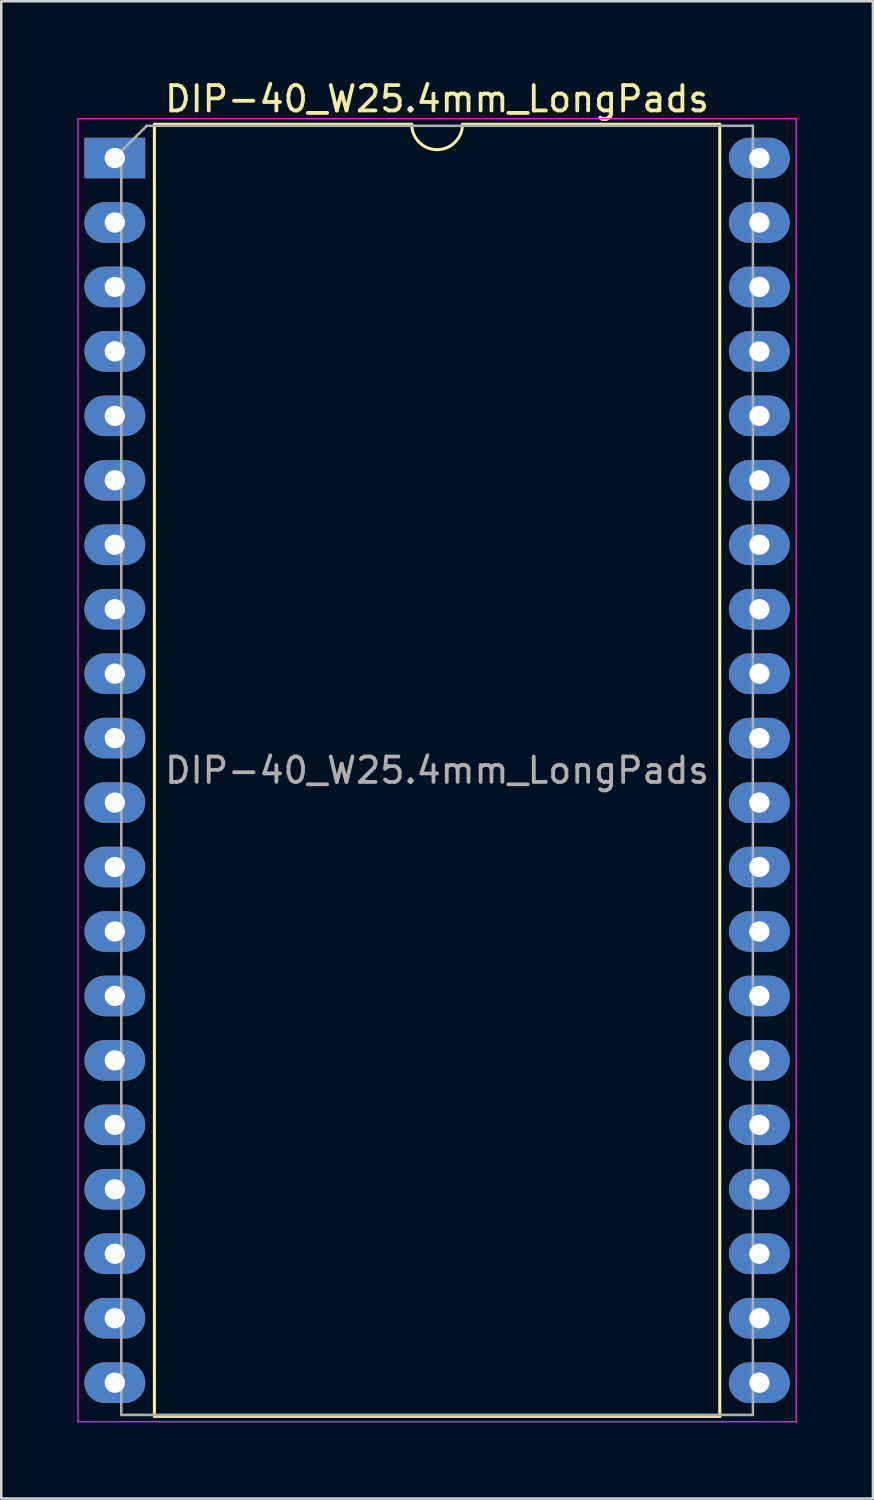
<source format=kicad_pcb>
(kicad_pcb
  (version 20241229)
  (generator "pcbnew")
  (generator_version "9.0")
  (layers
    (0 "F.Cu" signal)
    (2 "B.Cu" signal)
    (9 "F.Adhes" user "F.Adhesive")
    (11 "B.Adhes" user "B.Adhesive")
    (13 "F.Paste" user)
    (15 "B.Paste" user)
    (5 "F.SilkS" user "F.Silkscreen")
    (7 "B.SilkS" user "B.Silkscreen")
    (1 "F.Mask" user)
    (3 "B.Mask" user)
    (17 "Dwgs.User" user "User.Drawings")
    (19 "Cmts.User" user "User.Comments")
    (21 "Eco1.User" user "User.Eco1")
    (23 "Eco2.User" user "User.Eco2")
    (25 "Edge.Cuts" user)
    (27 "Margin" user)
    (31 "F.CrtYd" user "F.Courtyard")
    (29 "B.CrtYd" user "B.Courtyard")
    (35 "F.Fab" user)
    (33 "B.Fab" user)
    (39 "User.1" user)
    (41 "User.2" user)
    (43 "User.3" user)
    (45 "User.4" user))
  (footprint "DIP-40_W25.4mm_LongPads"
    (layer "F.Cu")
    (at 1.475 3.178)
    (property "Reference" "DIP-40_W25.4mm_LongPads" (at 12.7 -2.33 0) (layer "F.SilkS") (effects (font (size 1 1) (thickness 0.15))))
    (attr through_hole)
    (fp_line (start 1.56 -1.33) (end 1.56 49.59) (stroke (width 0.12) (type solid)) (layer "F.SilkS"))
    (fp_line (start 1.56 49.59) (end 23.84 49.59) (stroke (width 0.12) (type solid)) (layer "F.SilkS"))
    (fp_line (start 11.7 -1.33) (end 1.56 -1.33) (stroke (width 0.12) (type solid)) (layer "F.SilkS"))
    (fp_line (start 23.84 -1.33) (end 13.7 -1.33) (stroke (width 0.12) (type solid)) (layer "F.SilkS"))
    (fp_line (start 23.84 49.59) (end 23.84 -1.33) (stroke (width 0.12) (type solid)) (layer "F.SilkS"))
    (fp_arc (start 13.7 -1.33) (mid 12.7 -0.33) (end 11.7 -1.33) (stroke (width 0.12) (type solid)) (layer "F.SilkS"))
    (fp_line (start -1.45 -1.55) (end -1.45 49.8) (stroke (width 0.05) (type solid)) (layer "F.CrtYd"))
    (fp_line (start -1.45 49.8) (end 26.85 49.8) (stroke (width 0.05) (type solid)) (layer "F.CrtYd"))
    (fp_line (start 26.85 -1.55) (end -1.45 -1.55) (stroke (width 0.05) (type solid)) (layer "F.CrtYd"))
    (fp_line (start 26.85 49.8) (end 26.85 -1.55) (stroke (width 0.05) (type solid)) (layer "F.CrtYd"))
    (fp_line (start 0.255 -0.27) (end 1.255 -1.27) (stroke (width 0.1) (type solid)) (layer "F.Fab"))
    (fp_line (start 0.255 49.53) (end 0.255 -0.27) (stroke (width 0.1) (type solid)) (layer "F.Fab"))
    (fp_line (start 1.255 -1.27) (end 25.145 -1.27) (stroke (width 0.1) (type solid)) (layer "F.Fab"))
    (fp_line (start 25.145 -1.27) (end 25.145 49.53) (stroke (width 0.1) (type solid)) (layer "F.Fab"))
    (fp_line (start 25.145 49.53) (end 0.255 49.53) (stroke (width 0.1) (type solid)) (layer "F.Fab"))
    (fp_text user "${REFERENCE}" (at 12.7 24.13 0) (layer "F.Fab") (effects (font (size 1 1) (thickness 0.15))))
    (pad "1" thru_hole rect (at 0 0) (size 2.4 1.6) (drill 0.8) (layers "*.Cu" "*.Mask"))
    (pad "2" thru_hole oval (at 0 2.54) (size 2.4 1.6) (drill 0.8) (layers "*.Cu" "*.Mask"))
    (pad "3" thru_hole oval (at 0 5.08) (size 2.4 1.6) (drill 0.8) (layers "*.Cu" "*.Mask"))
    (pad "4" thru_hole oval (at 0 7.62) (size 2.4 1.6) (drill 0.8) (layers "*.Cu" "*.Mask"))
    (pad "5" thru_hole oval (at 0 10.16) (size 2.4 1.6) (drill 0.8) (layers "*.Cu" "*.Mask"))
    (pad "6" thru_hole oval (at 0 12.7) (size 2.4 1.6) (drill 0.8) (layers "*.Cu" "*.Mask"))
    (pad "7" thru_hole oval (at 0 15.24) (size 2.4 1.6) (drill 0.8) (layers "*.Cu" "*.Mask"))
    (pad "8" thru_hole oval (at 0 17.78) (size 2.4 1.6) (drill 0.8) (layers "*.Cu" "*.Mask"))
    (pad "9" thru_hole oval (at 0 20.32) (size 2.4 1.6) (drill 0.8) (layers "*.Cu" "*.Mask"))
    (pad "10" thru_hole oval (at 0 22.86) (size 2.4 1.6) (drill 0.8) (layers "*.Cu" "*.Mask"))
    (pad "11" thru_hole oval (at 0 25.4) (size 2.4 1.6) (drill 0.8) (layers "*.Cu" "*.Mask"))
    (pad "12" thru_hole oval (at 0 27.94) (size 2.4 1.6) (drill 0.8) (layers "*.Cu" "*.Mask"))
    (pad "13" thru_hole oval (at 0 30.48) (size 2.4 1.6) (drill 0.8) (layers "*.Cu" "*.Mask"))
    (pad "14" thru_hole oval (at 0 33.02) (size 2.4 1.6) (drill 0.8) (layers "*.Cu" "*.Mask"))
    (pad "15" thru_hole oval (at 0 35.56) (size 2.4 1.6) (drill 0.8) (layers "*.Cu" "*.Mask"))
    (pad "16" thru_hole oval (at 0 38.1) (size 2.4 1.6) (drill 0.8) (layers "*.Cu" "*.Mask"))
    (pad "17" thru_hole oval (at 0 40.64) (size 2.4 1.6) (drill 0.8) (layers "*.Cu" "*.Mask"))
    (pad "18" thru_hole oval (at 0 43.18) (size 2.4 1.6) (drill 0.8) (layers "*.Cu" "*.Mask"))
    (pad "19" thru_hole oval (at 0 45.72) (size 2.4 1.6) (drill 0.8) (layers "*.Cu" "*.Mask"))
    (pad "20" thru_hole oval (at 0 48.26) (size 2.4 1.6) (drill 0.8) (layers "*.Cu" "*.Mask"))
    (pad "21" thru_hole oval (at 25.4 48.26) (size 2.4 1.6) (drill 0.8) (layers "*.Cu" "*.Mask"))
    (pad "22" thru_hole oval (at 25.4 45.72) (size 2.4 1.6) (drill 0.8) (layers "*.Cu" "*.Mask"))
    (pad "23" thru_hole oval (at 25.4 43.18) (size 2.4 1.6) (drill 0.8) (layers "*.Cu" "*.Mask"))
    (pad "24" thru_hole oval (at 25.4 40.64) (size 2.4 1.6) (drill 0.8) (layers "*.Cu" "*.Mask"))
    (pad "25" thru_hole oval (at 25.4 38.1) (size 2.4 1.6) (drill 0.8) (layers "*.Cu" "*.Mask"))
    (pad "26" thru_hole oval (at 25.4 35.56) (size 2.4 1.6) (drill 0.8) (layers "*.Cu" "*.Mask"))
    (pad "27" thru_hole oval (at 25.4 33.02) (size 2.4 1.6) (drill 0.8) (layers "*.Cu" "*.Mask"))
    (pad "28" thru_hole oval (at 25.4 30.48) (size 2.4 1.6) (drill 0.8) (layers "*.Cu" "*.Mask"))
    (pad "29" thru_hole oval (at 25.4 27.94) (size 2.4 1.6) (drill 0.8) (layers "*.Cu" "*.Mask"))
    (pad "30" thru_hole oval (at 25.4 25.4) (size 2.4 1.6) (drill 0.8) (layers "*.Cu" "*.Mask"))
    (pad "31" thru_hole oval (at 25.4 22.86) (size 2.4 1.6) (drill 0.8) (layers "*.Cu" "*.Mask"))
    (pad "32" thru_hole oval (at 25.4 20.32) (size 2.4 1.6) (drill 0.8) (layers "*.Cu" "*.Mask"))
    (pad "33" thru_hole oval (at 25.4 17.78) (size 2.4 1.6) (drill 0.8) (layers "*.Cu" "*.Mask"))
    (pad "34" thru_hole oval (at 25.4 15.24) (size 2.4 1.6) (drill 0.8) (layers "*.Cu" "*.Mask"))
    (pad "35" thru_hole oval (at 25.4 12.7) (size 2.4 1.6) (drill 0.8) (layers "*.Cu" "*.Mask"))
    (pad "36" thru_hole oval (at 25.4 10.16) (size 2.4 1.6) (drill 0.8) (layers "*.Cu" "*.Mask"))
    (pad "37" thru_hole oval (at 25.4 7.62) (size 2.4 1.6) (drill 0.8) (layers "*.Cu" "*.Mask"))
    (pad "38" thru_hole oval (at 25.4 5.08) (size 2.4 1.6) (drill 0.8) (layers "*.Cu" "*.Mask"))
    (pad "39" thru_hole oval (at 25.4 2.54) (size 2.4 1.6) (drill 0.8) (layers "*.Cu" "*.Mask"))
    (pad "40" thru_hole oval (at 25.4 0) (size 2.4 1.6) (drill 0.8) (layers "*.Cu" "*.Mask")))
  (gr_rect
    (start -3 -3)
    (end 31.35 56.003)
    (stroke (width 0.1) (type default))
    (fill no)
    (layer "Edge.Cuts")))
</source>
